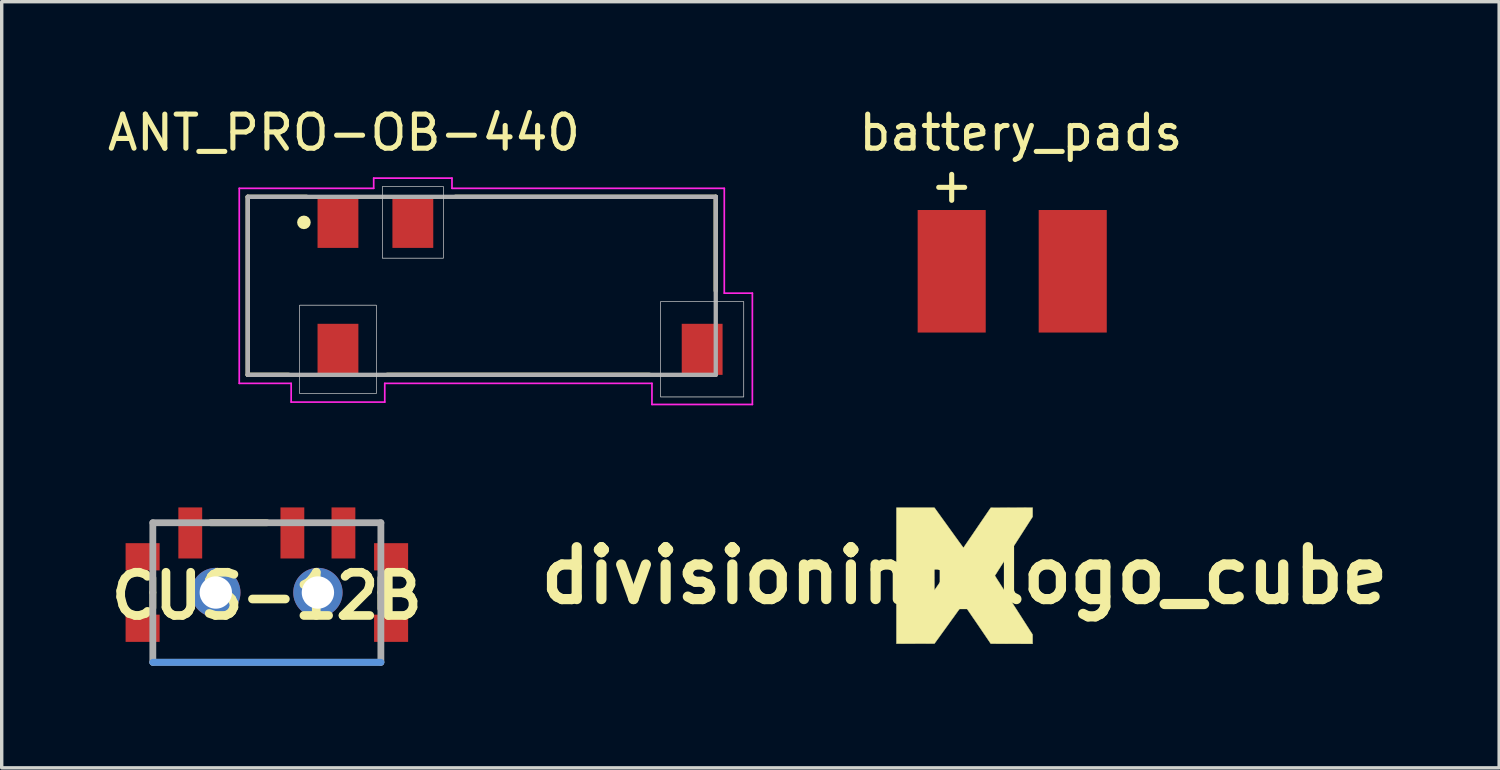
<source format=kicad_pcb>
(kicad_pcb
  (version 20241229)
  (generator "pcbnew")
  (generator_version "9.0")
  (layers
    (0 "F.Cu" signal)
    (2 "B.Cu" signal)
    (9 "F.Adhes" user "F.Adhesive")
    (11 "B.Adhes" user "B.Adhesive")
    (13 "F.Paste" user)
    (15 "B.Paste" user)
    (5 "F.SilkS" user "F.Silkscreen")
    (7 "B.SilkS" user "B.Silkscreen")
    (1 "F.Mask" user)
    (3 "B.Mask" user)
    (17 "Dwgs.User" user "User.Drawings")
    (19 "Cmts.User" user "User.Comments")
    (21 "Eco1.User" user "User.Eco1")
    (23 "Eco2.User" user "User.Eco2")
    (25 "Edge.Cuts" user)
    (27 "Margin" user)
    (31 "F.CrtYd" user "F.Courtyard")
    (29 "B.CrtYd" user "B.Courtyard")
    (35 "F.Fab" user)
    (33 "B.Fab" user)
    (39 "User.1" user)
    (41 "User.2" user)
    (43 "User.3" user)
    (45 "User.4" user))
  (footprint "CUS-12B"
    (layer "F.Cu")
    (at 4.79 14.358)
    (property "Reference" "CUS-12B" (at 0 0.1 0) (layer "F.SilkS") (effects (font (size 1.27 1.27) (thickness 0.254))))
    (attr through_hole)
    (fp_line (start -3.35 0) (end -3.35 -0.431) (stroke (width 0.2) (type solid)) (layer "F.SilkS"))
    (fp_line (start -3.35 0) (end -3.35 0.454) (stroke (width 0.2) (type solid)) (layer "F.SilkS"))
    (fp_line (start 0 -2.05) (end -1.648 -2.05) (stroke (width 0.2) (type solid)) (layer "F.SilkS"))
    (fp_line (start 3.35 0) (end 3.35 -0.431) (stroke (width 0.2) (type solid)) (layer "F.SilkS"))
    (fp_line (start 3.35 0) (end 3.35 0.474) (stroke (width 0.2) (type solid)) (layer "F.SilkS"))
    (fp_line (start -3.35 2.05) (end 3.35 2.05) (stroke (width 0.2) (type solid)) (layer "Cmts.User"))
    (fp_line (start -3.35 -2.05) (end 3.35 -2.05) (stroke (width 0.2) (type solid)) (layer "F.Fab"))
    (fp_line (start -3.35 2.05) (end -3.35 -2.05) (stroke (width 0.2) (type solid)) (layer "F.Fab"))
    (fp_line (start 3.35 -2.05) (end 3.35 2.05) (stroke (width 0.2) (type solid)) (layer "F.Fab"))
    (fp_line (start 3.35 2.05) (end -3.35 2.05) (stroke (width 0.2) (type solid)) (layer "F.Fab"))
    (pad "1" smd rect (at -2.25 -1.75) (size 0.7 1.5) (layers "F.Cu" "F.Mask" "F.Paste"))
    (pad "2" smd rect (at 0.75 -1.75) (size 0.7 1.5) (layers "F.Cu" "F.Mask" "F.Paste"))
    (pad "3" smd rect (at 2.25 -1.75) (size 0.7 1.5) (layers "F.Cu" "F.Mask" "F.Paste"))
    (pad "4" smd rect (at 3.65 -1.05 90) (size 0.8 1) (layers "F.Cu" "F.Mask" "F.Paste"))
    (pad "5" smd rect (at 3.65 1.05 90) (size 0.8 1) (layers "F.Cu" "F.Mask" "F.Paste"))
    (pad "6" smd rect (at -3.65 1.05 90) (size 0.8 1) (layers "F.Cu" "F.Mask" "F.Paste"))
    (pad "7" smd rect (at -3.65 -1.05 90) (size 0.8 1) (layers "F.Cu" "F.Mask" "F.Paste"))
    (pad "8" thru_hole circle (at -1.5 0) (size 1.45 1.45) (drill 0.95) (layers "*.Cu" "*.Mask"))
    (pad "9" thru_hole circle (at 1.5 0) (size 1.45 1.45) (drill 0.95) (layers "*.Cu" "*.Mask")))
  (footprint "battery_pads"
    (layer "F.Cu")
    (at 26.688 4.92)
    (property "Reference" "battery_pads" (at 0.254 -4.072 0) (layer "F.SilkS") (effects (font (size 1 1) (thickness 0.15))))
    (attr through_hole)
    (fp_text user "+" (at -1.778 -2.54 0) (layer "F.SilkS") (effects (font (size 1 1) (thickness 0.15))))
    (pad "1" smd rect (at -1.778 0) (size 2 3.6) (layers "F.Cu" "F.Mask" "F.Paste"))
    (pad "2" smd rect (at 1.778 0) (size 2 3.6) (layers "F.Cu" "F.Mask" "F.Paste")))
  (footprint "ANT_PRO-OB-440"
    (layer "F.Cu")
    (at 6.879 3.483)
    (property "Reference" "ANT_PRO-OB-440" (at 0.175 -2.635 0) (layer "F.SilkS") (effects (font (size 1 1) (thickness 0.15))))
    (attr through_hole)
    (fp_line (start -2.65 -0.75) (end -2.65 4.48) (stroke (width 0.127) (type solid)) (layer "F.SilkS"))
    (fp_line (start -2.65 -0.75) (end -0.92 -0.75) (stroke (width 0.127) (type solid)) (layer "F.SilkS"))
    (fp_line (start -2.65 4.48) (end -1.445 4.48) (stroke (width 0.127) (type solid)) (layer "F.SilkS"))
    (fp_line (start 1.445 4.48) (end 9.155 4.48) (stroke (width 0.127) (type solid)) (layer "F.SilkS"))
    (fp_line (start 3.45 -0.75) (end 11.1 -0.75) (stroke (width 0.127) (type solid)) (layer "F.SilkS"))
    (fp_line (start 11.1 -0.75) (end 11.1 2.01) (stroke (width 0.127) (type solid)) (layer "F.SilkS"))
    (fp_circle (center -1 0) (end -0.9 0) (stroke (width 0.2) (type solid)) (fill no) (layer "F.SilkS"))
    (fp_poly (pts (xy -1.125 2.43) (xy 1.125 2.43) (xy 1.125 5.03) (xy -1.125 5.03)) (stroke (width 0.01) (type solid)) (fill no) (layer "Dwgs.User"))
    (fp_poly (pts (xy -1.125 2.43) (xy 1.125 2.43) (xy 1.125 5.03) (xy -1.125 5.03)) (stroke (width 0.01) (type solid)) (fill no) (layer "Dwgs.User"))
    (fp_poly (pts (xy -1.125 2.43) (xy 1.125 2.43) (xy 1.125 5.03) (xy -1.125 5.03)) (stroke (width 0.01) (type solid)) (fill no) (layer "Dwgs.User"))
    (fp_poly (pts (xy 1.3 -1.05) (xy 3.1 -1.05) (xy 3.1 1.05) (xy 1.3 1.05)) (stroke (width 0.01) (type solid)) (fill no) (layer "Dwgs.User"))
    (fp_poly (pts (xy 1.3 -1.05) (xy 3.1 -1.05) (xy 3.1 1.05) (xy 1.3 1.05)) (stroke (width 0.01) (type solid)) (fill no) (layer "Dwgs.User"))
    (fp_poly (pts (xy 1.3 -1.05) (xy 3.1 -1.05) (xy 3.1 1.05) (xy 1.3 1.05)) (stroke (width 0.01) (type solid)) (fill no) (layer "Dwgs.User"))
    (fp_poly (pts (xy 9.475 2.33) (xy 11.925 2.33) (xy 11.925 5.13) (xy 9.475 5.13)) (stroke (width 0.01) (type solid)) (fill no) (layer "Dwgs.User"))
    (fp_poly (pts (xy 9.475 2.33) (xy 11.925 2.33) (xy 11.925 5.13) (xy 9.475 5.13)) (stroke (width 0.01) (type solid)) (fill no) (layer "Dwgs.User"))
    (fp_poly (pts (xy 9.475 2.33) (xy 11.925 2.33) (xy 11.925 5.13) (xy 9.475 5.13)) (stroke (width 0.01) (type solid)) (fill no) (layer "Dwgs.User"))
    (fp_line (start -2.9 -1) (end -2.9 4.73) (stroke (width 0.05) (type solid)) (layer "F.CrtYd"))
    (fp_line (start -2.9 -1) (end 1.05 -1) (stroke (width 0.05) (type solid)) (layer "F.CrtYd"))
    (fp_line (start -2.9 4.73) (end -1.375 4.73) (stroke (width 0.05) (type solid)) (layer "F.CrtYd"))
    (fp_line (start -1.375 4.73) (end -1.375 5.28) (stroke (width 0.05) (type solid)) (layer "F.CrtYd"))
    (fp_line (start -1.375 5.28) (end 1.375 5.28) (stroke (width 0.05) (type solid)) (layer "F.CrtYd"))
    (fp_line (start 1.05 -1.3) (end 3.35 -1.3) (stroke (width 0.05) (type solid)) (layer "F.CrtYd"))
    (fp_line (start 1.05 -1) (end 1.05 -1.3) (stroke (width 0.05) (type solid)) (layer "F.CrtYd"))
    (fp_line (start 1.375 5.28) (end 1.375 4.73) (stroke (width 0.05) (type solid)) (layer "F.CrtYd"))
    (fp_line (start 3.35 -1.3) (end 3.35 -1) (stroke (width 0.05) (type solid)) (layer "F.CrtYd"))
    (fp_line (start 3.35 -1) (end 11.35 -1) (stroke (width 0.05) (type solid)) (layer "F.CrtYd"))
    (fp_line (start 9.225 4.73) (end 1.375 4.73) (stroke (width 0.05) (type solid)) (layer "F.CrtYd"))
    (fp_line (start 9.225 4.73) (end 9.225 5.35) (stroke (width 0.05) (type solid)) (layer "F.CrtYd"))
    (fp_line (start 9.225 5.35) (end 12.175 5.35) (stroke (width 0.05) (type solid)) (layer "F.CrtYd"))
    (fp_line (start 11.35 -1) (end 11.35 2.08) (stroke (width 0.05) (type solid)) (layer "F.CrtYd"))
    (fp_line (start 11.35 2.08) (end 12.175 2.08) (stroke (width 0.05) (type solid)) (layer "F.CrtYd"))
    (fp_line (start 12.175 2.08) (end 12.175 5.35) (stroke (width 0.05) (type solid)) (layer "F.CrtYd"))
    (fp_line (start -2.65 -0.75) (end -2.65 4.48) (stroke (width 0.127) (type solid)) (layer "F.Fab"))
    (fp_line (start -2.65 4.48) (end 11.1 4.48) (stroke (width 0.127) (type solid)) (layer "F.Fab"))
    (fp_line (start 11.1 -0.75) (end -2.65 -0.75) (stroke (width 0.127) (type solid)) (layer "F.Fab"))
    (fp_line (start 11.1 4.48) (end 11.1 -0.75) (stroke (width 0.127) (type solid)) (layer "F.Fab"))
    (pad "1" smd rect (at 0 0) (size 1.2 1.5) (layers "F.Cu" "F.Mask" "F.Paste"))
    (pad "2" smd rect (at 2.2 0) (size 1.2 1.5) (layers "F.Cu" "F.Mask" "F.Paste"))
    (pad "3" smd rect (at 0 3.73) (size 1.2 1.5) (layers "F.Cu" "F.Mask" "F.Paste"))
    (pad "4" smd rect (at 10.7 3.73) (size 1.2 1.5) (layers "F.Cu" "F.Mask" "F.Paste")))
  (footprint "divisionind_logo_cube"
    (layer "F.Cu")
    (at 25.287 13.861)
    (property "Reference" "divisionind_logo_cube" (at 0 0 0) (layer "F.SilkS") (effects (font (size 1.524 1.524) (thickness 0.3))))
    (attr through_hole)
    (fp_poly (pts (xy 2 -1.863) (xy 2 -1.729) (xy 1.446 -0.865) (xy 1.387 -0.773) (xy 1.33 -0.684) (xy 1.275 -0.598) (xy 1.223 -0.516) (xy 1.173 -0.438) (xy 1.126 -0.365) (xy 1.082 -0.297) (xy 1.042 -0.234) (xy 1.006 -0.178) (xy 0.975 -0.129) (xy 0.948 -0.086) (xy 0.926 -0.051) (xy 0.909 -0.025) (xy 0.897 -0.007) (xy 0.892 0.002) (xy 0.892 0.002) (xy 0.895 0.008) (xy 0.904 0.022) (xy 0.919 0.045) (xy 0.939 0.077) (xy 0.964 0.117) (xy 0.994 0.164) (xy 1.029 0.218) (xy 1.067 0.278) (xy 1.109 0.344) (xy 1.155 0.415) (xy 1.204 0.491) (xy 1.256 0.572) (xy 1.31 0.657) (xy 1.366 0.744) (xy 1.424 0.835) (xy 1.446 0.869) (xy 2 1.733) (xy 2 1.87) (xy 2 1.908) (xy 2 1.942) (xy 2 1.971) (xy 1.999 1.991) (xy 1.999 2.003) (xy 1.999 2.005) (xy 1.993 2.005) (xy 1.976 2.004) (xy 1.949 2.004) (xy 1.912 2.004) (xy 1.867 2.004) (xy 1.814 2.003) (xy 1.754 2.003) (xy 1.688 2.003) (xy 1.616 2.002) (xy 1.539 2.002) (xy 1.458 2.002) (xy 1.384 2.002) (xy 0.771 2) (xy 0.37 1.41) (xy 0.31 1.322) (xy 0.256 1.244) (xy 0.208 1.174) (xy 0.166 1.112) (xy 0.129 1.058) (xy 0.097 1.011) (xy 0.069 0.971) (xy 0.046 0.937) (xy 0.026 0.909) (xy 0.01 0.886) (xy -0.004 0.868) (xy -0.014 0.854) (xy -0.022 0.844) (xy -0.029 0.837) (xy -0.033 0.833) (xy -0.037 0.831) (xy -0.039 0.831) (xy -0.041 0.832) (xy -0.042 0.834) (xy -0.043 0.834) (xy -0.047 0.84) (xy -0.058 0.856) (xy -0.076 0.879) (xy -0.098 0.911) (xy -0.126 0.949) (xy -0.159 0.994) (xy -0.196 1.045) (xy -0.236 1.101) (xy -0.28 1.162) (xy -0.327 1.228) (xy -0.377 1.296) (xy -0.429 1.368) (xy -0.468 1.423) (xy -0.883 1.997) (xy -2 2) (xy -2 -0.001) (xy -0.886 -0.001) (xy -0.886 0.069) (xy -0.886 0.135) (xy -0.885 0.197) (xy -0.885 0.253) (xy -0.885 0.304) (xy -0.885 0.347) (xy -0.884 0.381) (xy -0.884 0.407) (xy -0.884 0.423) (xy -0.883 0.428) (xy -0.88 0.424) (xy -0.87 0.41) (xy -0.855 0.389) (xy -0.836 0.361) (xy -0.812 0.327) (xy -0.786 0.289) (xy -0.757 0.247) (xy -0.737 0.217) (xy -0.706 0.173) (xy -0.678 0.131) (xy -0.653 0.094) (xy -0.631 0.062) (xy -0.614 0.036) (xy -0.601 0.016) (xy -0.594 0.005) (xy -0.592 0.003) (xy -0.596 -0.003) (xy -0.605 -0.016) (xy -0.619 -0.037) (xy -0.637 -0.064) (xy -0.658 -0.096) (xy -0.682 -0.132) (xy -0.708 -0.17) (xy -0.735 -0.209) (xy -0.761 -0.249) (xy -0.787 -0.287) (xy -0.812 -0.323) (xy -0.834 -0.356) (xy -0.853 -0.384) (xy -0.868 -0.406) (xy -0.879 -0.421) (xy -0.884 -0.428) (xy -0.884 -0.428) (xy -0.884 -0.422) (xy -0.884 -0.406) (xy -0.885 -0.38) (xy -0.885 -0.345) (xy -0.885 -0.302) (xy -0.885 -0.252) (xy -0.886 -0.195) (xy -0.886 -0.133) (xy -0.886 -0.067) (xy -0.886 -0.001) (xy -2 -0.001) (xy -2 -1.994) (xy -0.883 -1.994) (xy -0.458 -1.405) (xy -0.405 -1.331) (xy -0.353 -1.259) (xy -0.304 -1.191) (xy -0.258 -1.127) (xy -0.214 -1.067) (xy -0.175 -1.012) (xy -0.139 -0.963) (xy -0.108 -0.92) (xy -0.081 -0.884) (xy -0.06 -0.855) (xy -0.045 -0.834) (xy -0.035 -0.821) (xy -0.032 -0.817) (xy -0.029 -0.822) (xy -0.019 -0.836) (xy -0.004 -0.858) (xy 0.017 -0.889) (xy 0.043 -0.927) (xy 0.073 -0.971) (xy 0.108 -1.022) (xy 0.146 -1.078) (xy 0.188 -1.139) (xy 0.233 -1.205) (xy 0.28 -1.274) (xy 0.33 -1.347) (xy 0.369 -1.405) (xy 0.769 -1.992) (xy 2 -1.997) (xy 2 -1.863)) (stroke (width 0.01) (type solid)) (fill yes) (layer "F.SilkS")))
  (gr_rect
    (start -3 -3)
    (end 40.994 19.508)
    (stroke (width 0.1) (type default))
    (fill no)
    (layer "Edge.Cuts")))
</source>
